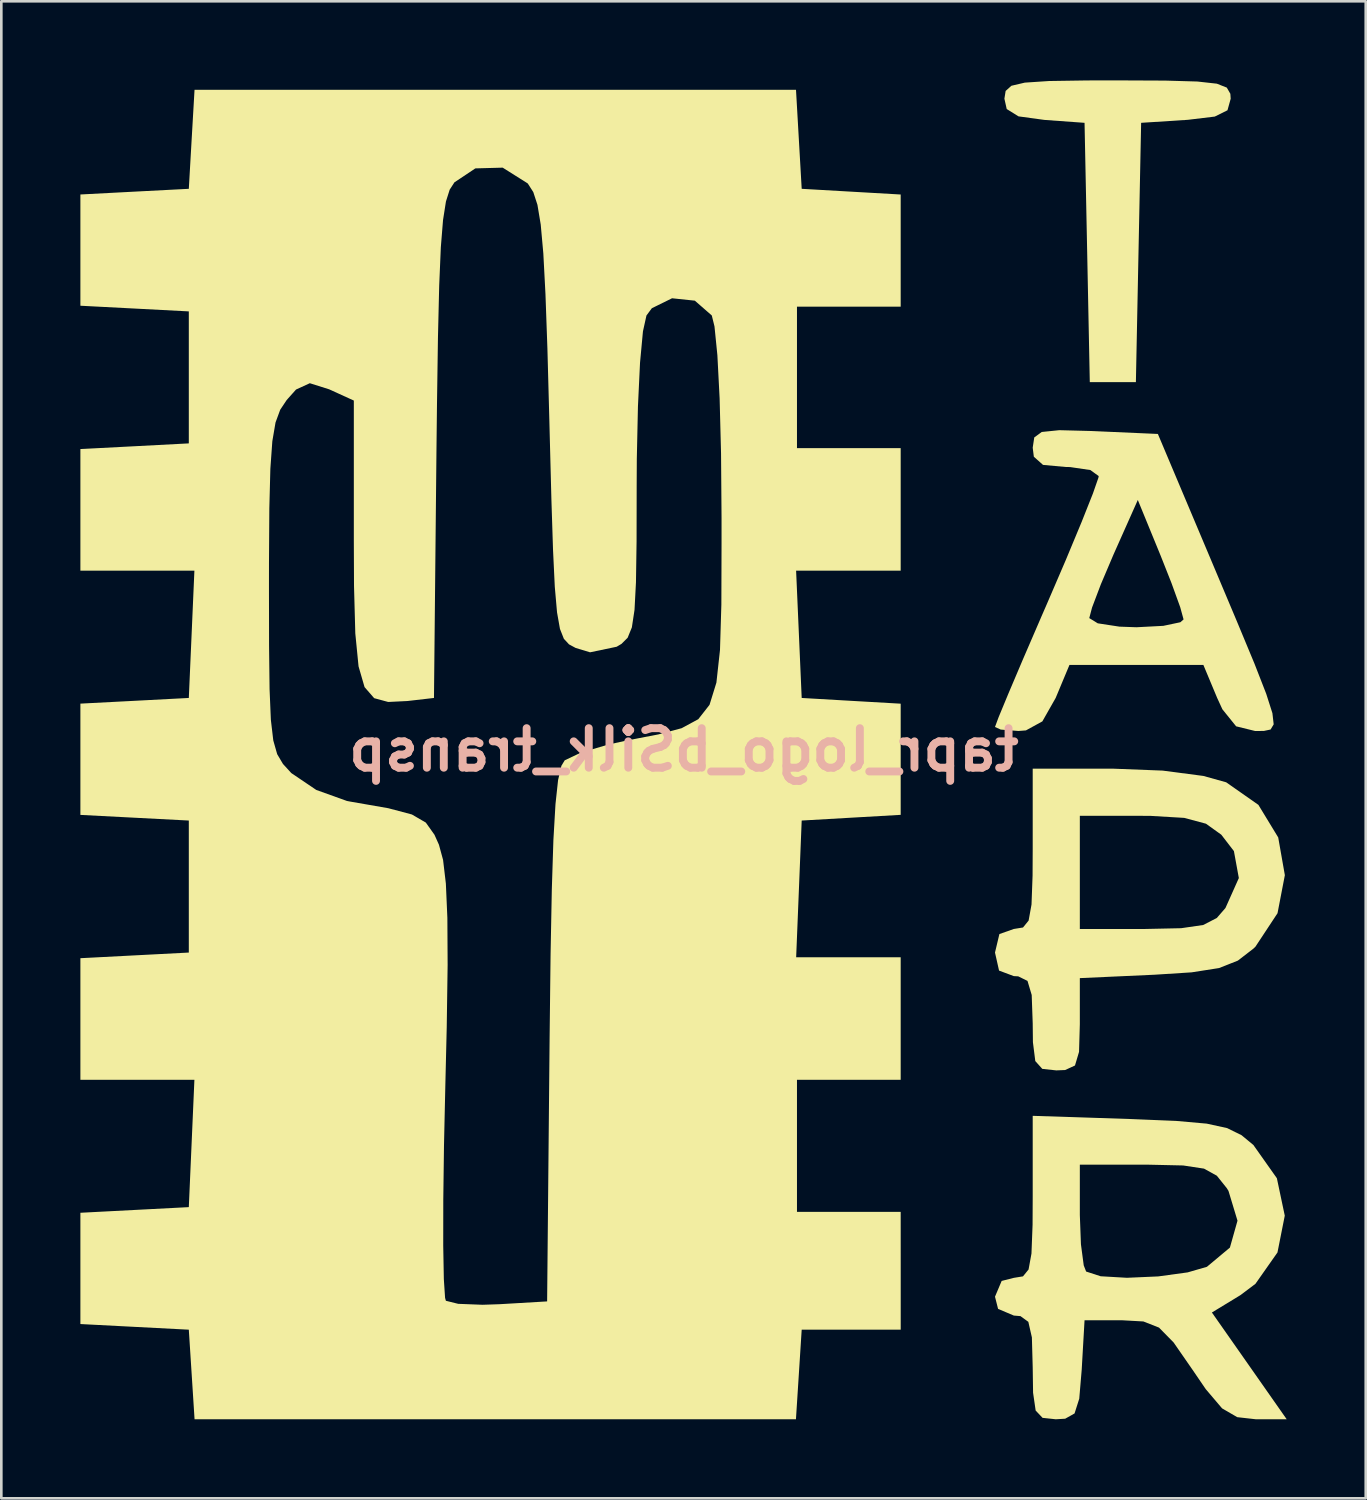
<source format=kicad_pcb>
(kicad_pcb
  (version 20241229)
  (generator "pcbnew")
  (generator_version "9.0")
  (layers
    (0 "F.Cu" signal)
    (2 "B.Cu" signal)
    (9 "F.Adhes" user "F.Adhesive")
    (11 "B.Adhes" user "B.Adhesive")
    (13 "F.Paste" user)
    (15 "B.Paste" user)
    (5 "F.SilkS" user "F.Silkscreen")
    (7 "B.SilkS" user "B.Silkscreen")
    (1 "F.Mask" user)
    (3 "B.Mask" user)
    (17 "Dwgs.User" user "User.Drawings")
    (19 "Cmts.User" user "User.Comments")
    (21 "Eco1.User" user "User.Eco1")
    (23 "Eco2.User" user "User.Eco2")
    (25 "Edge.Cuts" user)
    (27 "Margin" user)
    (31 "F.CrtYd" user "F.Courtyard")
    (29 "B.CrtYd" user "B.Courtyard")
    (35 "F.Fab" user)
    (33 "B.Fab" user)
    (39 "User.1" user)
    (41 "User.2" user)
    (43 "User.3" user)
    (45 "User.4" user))
  (footprint "tapr_logo_bSilk_transp"
    (layer "F.Cu")
    (at 22.896 25.4)
    (property "Reference" "tapr_logo_bSilk_transp" (at 0 0 0) (layer "B.SilkS") (effects (font (size 1.5 1.5) (thickness 0.3)) (justify mirror)))
    (attr board_only exclude_from_pos_files exclude_from_bom)
    (fp_poly (pts (xy 18.27 -25.392) (xy 19.486 -25.357) (xy 20.224 -25.275) (xy 20.601 -25.126) (xy 20.736 -24.892) (xy 20.749 -24.704) (xy 20.627 -24.266) (xy 20.145 -24.027) (xy 19.132 -23.905) (xy 19.05 -23.899) (xy 17.351 -23.79) (xy 17.251 -18.871) (xy 17.152 -13.952) (xy 16.277 -13.952) (xy 15.403 -13.952) (xy 15.304 -18.871) (xy 15.204 -23.79) (xy 13.684 -23.9) (xy 12.698 -24.035) (xy 12.251 -24.313) (xy 12.163 -24.705) (xy 12.21 -24.999) (xy 12.429 -25.196) (xy 12.938 -25.315) (xy 13.856 -25.376) (xy 15.3 -25.398) (xy 16.456 -25.4)) (stroke (width 0) (type solid)) (fill yes) (layer "F.SilkS"))
    (fp_poly (pts (xy 18.168 0.788) (xy 19.713 0.991) (xy 20.578 1.232) (xy 21.8 2.088) (xy 22.552 3.324) (xy 22.804 4.756) (xy 22.526 6.199) (xy 21.688 7.469) (xy 21.611 7.543) (xy 21.021 7.998) (xy 20.307 8.28) (xy 19.265 8.443) (xy 17.86 8.533) (xy 15.025 8.662) (xy 15.025 10.413) (xy 14.995 11.46) (xy 14.841 11.977) (xy 14.468 12.149) (xy 14.131 12.163) (xy 13.6 12.105) (xy 13.335 11.809) (xy 13.245 11.093) (xy 13.237 10.375) (xy 13.199 9.302) (xy 13.039 8.767) (xy 12.687 8.594) (xy 12.521 8.586) (xy 11.96 8.376) (xy 11.806 7.692) (xy 11.973 6.99) (xy 12.521 6.797) (xy 12.869 6.741) (xy 13.082 6.478) (xy 13.192 5.868) (xy 13.232 4.773) (xy 13.237 3.756) (xy 13.237 2.504) (xy 15.025 2.504) (xy 15.025 4.651) (xy 15.025 6.797) (xy 17.509 6.797) (xy 18.868 6.768) (xy 19.707 6.646) (xy 20.222 6.38) (xy 20.55 6.002) (xy 21.058 4.865) (xy 20.871 3.842) (xy 20.392 3.22) (xy 19.81 2.803) (xy 18.985 2.582) (xy 17.707 2.506) (xy 17.351 2.504) (xy 15.025 2.504) (xy 13.237 2.504) (xy 13.237 0.715) (xy 16.289 0.715)) (stroke (width 0) (type solid)) (fill yes) (layer "F.SilkS"))
    (fp_poly (pts (xy 15.451 -12.097) (xy 15.611 -12.09) (xy 17.986 -11.985) (xy 20.053 -7.085) (xy 20.979 -4.887) (xy 21.654 -3.263) (xy 22.097 -2.126) (xy 22.332 -1.39) (xy 22.38 -0.967) (xy 22.263 -0.771) (xy 22.004 -0.716) (xy 21.673 -0.715) (xy 20.955 -0.892) (xy 20.434 -1.538) (xy 20.236 -1.968) (xy 19.713 -3.22) (xy 17.172 -3.22) (xy 14.631 -3.22) (xy 14.108 -1.968) (xy 13.603 -1.079) (xy 12.98 -0.737) (xy 12.695 -0.715) (xy 12.024 -0.768) (xy 11.806 -0.867) (xy 11.941 -1.232) (xy 12.312 -2.128) (xy 12.866 -3.433) (xy 13.542 -4.998) (xy 15.383 -4.998) (xy 15.705 -4.8) (xy 16.528 -4.674) (xy 17.172 -4.651) (xy 18.192 -4.704) (xy 18.84 -4.841) (xy 18.961 -4.948) (xy 18.834 -5.411) (xy 18.503 -6.326) (xy 18.093 -7.362) (xy 17.225 -9.48) (xy 16.304 -7.413) (xy 15.823 -6.281) (xy 15.489 -5.399) (xy 15.383 -4.998) (xy 13.542 -4.998) (xy 13.552 -5.022) (xy 13.773 -5.529) (xy 14.491 -7.199) (xy 15.091 -8.641) (xy 15.522 -9.727) (xy 15.73 -10.324) (xy 15.741 -10.386) (xy 15.426 -10.615) (xy 14.653 -10.729) (xy 14.489 -10.732) (xy 13.628 -10.811) (xy 13.28 -11.121) (xy 13.237 -11.464) (xy 13.296 -11.853) (xy 13.58 -12.06) (xy 14.245 -12.128)) (stroke (width 0) (type solid)) (fill yes) (layer "F.SilkS"))
    (fp_poly (pts (xy 16.965 14.009) (xy 18.679 14.08) (xy 19.84 14.183) (xy 20.613 14.352) (xy 21.161 14.622) (xy 21.61 14.993) (xy 22.501 16.254) (xy 22.801 17.675) (xy 22.524 19.071) (xy 21.688 20.261) (xy 21.117 20.691) (xy 20.036 21.349) (xy 21.455 23.374) (xy 22.874 25.4) (xy 21.705 25.4) (xy 20.996 25.32) (xy 20.422 24.986) (xy 19.801 24.255) (xy 19.301 23.522) (xy 18.583 22.486) (xy 18.029 21.922) (xy 17.437 21.689) (xy 16.635 21.644) (xy 15.204 21.644) (xy 15.096 23.522) (xy 15.003 24.619) (xy 14.825 25.179) (xy 14.469 25.379) (xy 14.112 25.4) (xy 13.611 25.346) (xy 13.349 25.069) (xy 13.251 24.393) (xy 13.237 23.432) (xy 13.206 22.295) (xy 13.071 21.703) (xy 12.772 21.486) (xy 12.521 21.465) (xy 11.923 21.212) (xy 11.806 20.749) (xy 12.059 20.151) (xy 12.521 20.034) (xy 12.868 19.978) (xy 13.08 19.717) (xy 13.19 19.112) (xy 13.232 18.023) (xy 13.237 16.96) (xy 13.237 15.741) (xy 15.025 15.741) (xy 15.025 17.649) (xy 15.067 18.762) (xy 15.173 19.561) (xy 15.264 19.795) (xy 15.815 19.974) (xy 16.812 20.032) (xy 17.998 19.98) (xy 19.116 19.827) (xy 19.847 19.615) (xy 20.719 18.886) (xy 21.007 17.866) (xy 20.665 16.735) (xy 20.602 16.633) (xy 20.223 16.159) (xy 19.736 15.89) (xy 18.944 15.77) (xy 17.649 15.741) (xy 17.521 15.741) (xy 15.025 15.741) (xy 13.237 15.741) (xy 13.237 13.887)) (stroke (width 0) (type solid)) (fill yes) (layer "F.SilkS"))
    (fp_poly (pts (xy 4.364 -23.164) (xy 4.472 -21.286) (xy 6.35 -21.178) (xy 8.228 -21.07) (xy 8.228 -18.942) (xy 8.228 -16.814) (xy 6.261 -16.814) (xy 4.293 -16.814) (xy 4.293 -14.131) (xy 4.293 -11.448) (xy 6.261 -11.448) (xy 8.228 -11.448) (xy 8.228 -9.123) (xy 8.228 -6.797) (xy 6.244 -6.797) (xy 4.26 -6.797) (xy 4.366 -4.382) (xy 4.472 -1.968) (xy 6.35 -1.859) (xy 8.228 -1.751) (xy 8.228 0.358) (xy 8.228 2.467) (xy 6.35 2.575) (xy 4.472 2.683) (xy 4.367 5.277) (xy 4.262 7.87) (xy 6.245 7.87) (xy 8.228 7.87) (xy 8.228 10.196) (xy 8.228 12.521) (xy 6.261 12.521) (xy 4.293 12.521) (xy 4.293 15.025) (xy 4.293 17.53) (xy 6.261 17.53) (xy 8.228 17.53) (xy 8.229 19.765) (xy 8.229 22.001) (xy 6.351 22.001) (xy 4.472 22.001) (xy 4.363 23.701) (xy 4.254 25.4) (xy -7.155 25.4) (xy -18.564 25.4) (xy -18.673 23.701) (xy -18.782 22.001) (xy -20.839 21.894) (xy -22.896 21.787) (xy -22.896 19.676) (xy -22.896 17.565) (xy -20.839 17.458) (xy -18.782 17.351) (xy -18.676 14.936) (xy -18.57 12.521) (xy -20.733 12.521) (xy -22.896 12.521) (xy -22.896 10.214) (xy -22.896 7.906) (xy -20.839 7.799) (xy -18.782 7.692) (xy -18.782 5.187) (xy -18.782 2.683) (xy -20.839 2.576) (xy -22.896 2.469) (xy -22.896 0.358) (xy -22.896 -1.753) (xy -20.839 -1.86) (xy -18.782 -1.968) (xy -18.676 -4.382) (xy -18.596 -6.205) (xy -15.741 -6.205) (xy -15.737 -3.952) (xy -15.718 -2.301) (xy -15.669 -1.14) (xy -15.577 -0.356) (xy -15.429 0.165) (xy -15.21 0.535) (xy -14.907 0.867) (xy -14.886 0.887) (xy -13.946 1.522) (xy -12.783 1.94) (xy -12.651 1.965) (xy -11.215 2.215) (xy -10.318 2.453) (xy -9.79 2.76) (xy -9.462 3.221) (xy -9.291 3.602) (xy -9.135 4.177) (xy -9.029 5.073) (xy -8.972 6.374) (xy -8.962 8.162) (xy -8.996 10.521) (xy -9.048 12.689) (xy -9.1 15.008) (xy -9.127 17.084) (xy -9.129 18.81) (xy -9.106 20.081) (xy -9.059 20.793) (xy -9.028 20.904) (xy -8.562 21.02) (xy -7.635 21.056) (xy -6.99 21.034) (xy -5.187 20.928) (xy -5.092 10.861) (xy -5.056 7.757) (xy -5.009 5.301) (xy -4.949 3.425) (xy -4.87 2.063) (xy -4.771 1.146) (xy -4.646 0.607) (xy -4.52 0.398) (xy -3.913 0.11) (xy -2.875 -0.198) (xy -2.132 -0.361) (xy -0.965 -0.585) (xy -0.085 -0.82) (xy 0.548 -1.162) (xy 0.975 -1.707) (xy 1.236 -2.55) (xy 1.372 -3.787) (xy 1.424 -5.514) (xy 1.431 -7.827) (xy 1.431 -8.797) (xy 1.412 -11.243) (xy 1.358 -13.333) (xy 1.273 -14.972) (xy 1.163 -16.066) (xy 1.061 -16.48) (xy 0.418 -17.042) (xy -0.447 -17.133) (xy -1.214 -16.755) (xy -1.418 -16.48) (xy -1.551 -15.878) (xy -1.662 -14.687) (xy -1.741 -13.032) (xy -1.784 -11.042) (xy -1.789 -10.053) (xy -1.793 -7.905) (xy -1.816 -6.361) (xy -1.871 -5.311) (xy -1.972 -4.645) (xy -2.132 -4.252) (xy -2.365 -4.02) (xy -2.549 -3.911) (xy -3.558 -3.7) (xy -4.104 -3.865) (xy -4.357 -4.002) (xy -4.552 -4.213) (xy -4.7 -4.588) (xy -4.811 -5.215) (xy -4.896 -6.185) (xy -4.963 -7.587) (xy -5.025 -9.51) (xy -5.091 -12.045) (xy -5.103 -12.518) (xy -5.176 -15.218) (xy -5.25 -17.293) (xy -5.331 -18.834) (xy -5.43 -19.932) (xy -5.554 -20.678) (xy -5.712 -21.162) (xy -5.912 -21.474) (xy -5.93 -21.495) (xy -6.873 -22.089) (xy -7.911 -22.061) (xy -8.703 -21.533) (xy -8.884 -21.254) (xy -9.026 -20.805) (xy -9.136 -20.104) (xy -9.22 -19.067) (xy -9.282 -17.61) (xy -9.329 -15.65) (xy -9.366 -13.105) (xy -9.385 -11.426) (xy -9.48 -1.968) (xy -10.486 -1.852) (xy -11.217 -1.816) (xy -11.749 -1.96) (xy -12.114 -2.38) (xy -12.342 -3.167) (xy -12.465 -4.416) (xy -12.514 -6.219) (xy -12.521 -7.922) (xy -12.521 -13.252) (xy -13.458 -13.679) (xy -14.191 -13.91) (xy -14.714 -13.67) (xy -15.067 -13.274) (xy -15.314 -12.904) (xy -15.492 -12.42) (xy -15.613 -11.711) (xy -15.688 -10.664) (xy -15.727 -9.166) (xy -15.74 -7.106) (xy -15.741 -6.205) (xy -18.596 -6.205) (xy -18.57 -6.797) (xy -20.733 -6.797) (xy -22.896 -6.797) (xy -22.896 -9.105) (xy -22.896 -11.412) (xy -20.839 -11.519) (xy -18.782 -11.627) (xy -18.782 -14.131) (xy -18.782 -16.635) (xy -20.839 -16.743) (xy -22.896 -16.85) (xy -22.896 -18.961) (xy -22.896 -21.071) (xy -20.839 -21.179) (xy -18.782 -21.286) (xy -18.674 -23.164) (xy -18.565 -25.042) (xy -7.155 -25.042) (xy 4.256 -25.042)) (stroke (width 0) (type solid)) (fill yes) (layer "F.SilkS")))
  (gr_rect
    (start -3 -3)
    (end 48.769 53.8)
    (stroke (width 0.1) (type default))
    (fill no)
    (layer "Edge.Cuts")))
</source>
